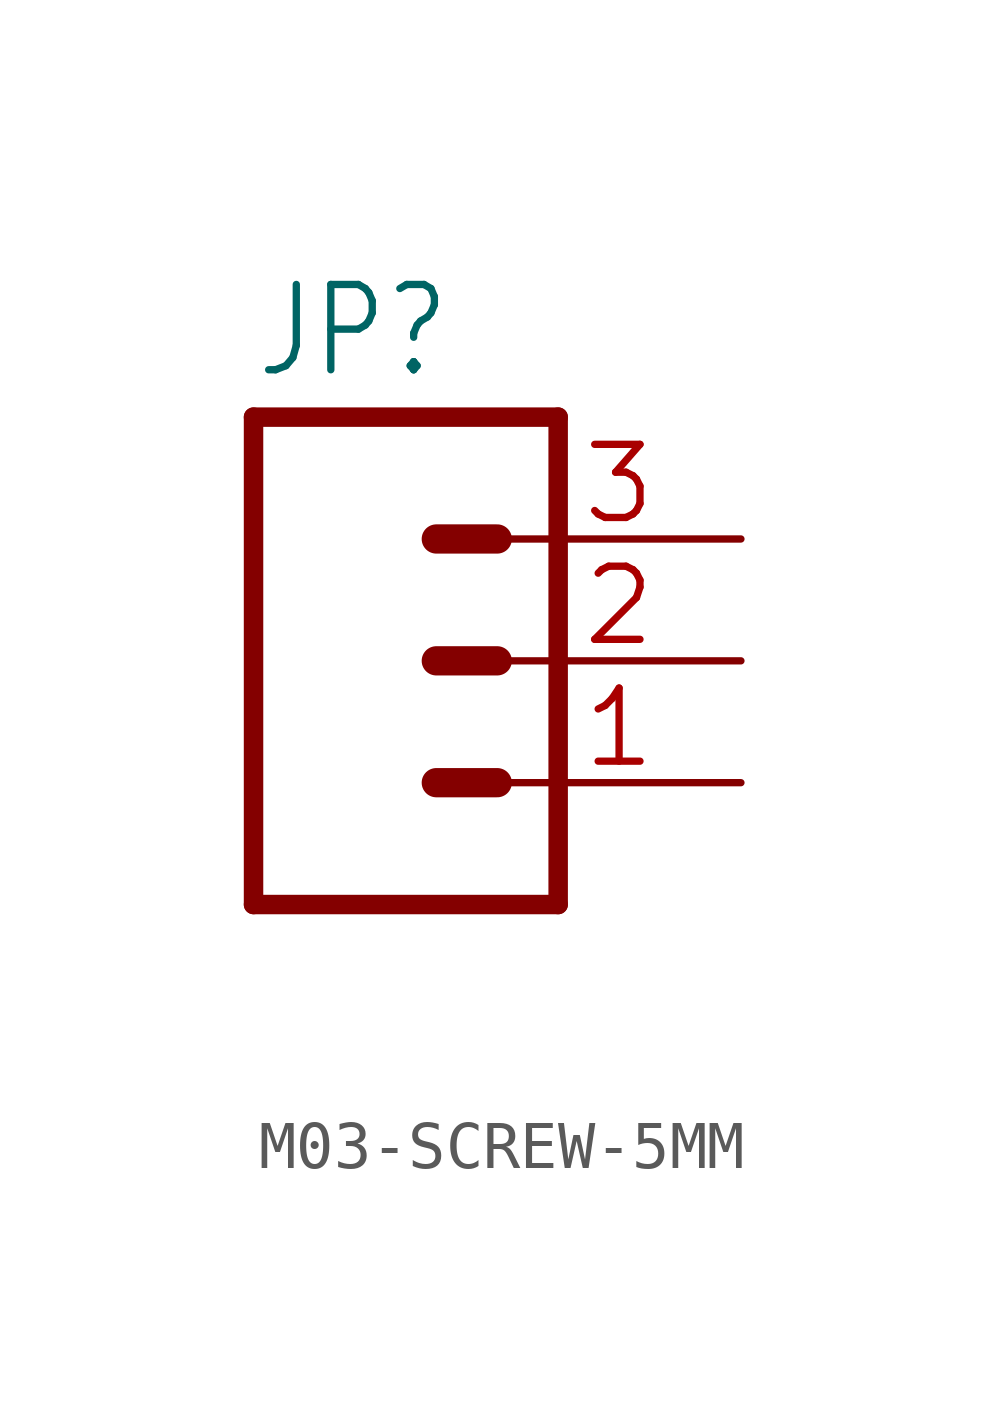
<source format=kicad_sym>
(kicad_symbol_lib
  (version 20241209)
  (generator "kicad_symbol_editor")
  (generator_version "9.0")
  (symbol "M03-SCREW-5MM"
    (property "Reference" "JP"
      (at -2.54 5.842 0)
      (effects (font (size 1.778 1.511)) (justify left bottom)))
    (property "Value" ""
      (at -2.54 -7.62 0)
      (effects (font (size 1.778 1.511)) (justify left bottom)))
    (property "ki_locked" ""
      (at 0 0 0)
      (effects (font (size 1.27 1.27))))
    (symbol "M03-SCREW-5MM_1_0"
      (polyline (pts (xy -2.54 5.08) (xy -2.54 -5.08)) (stroke (width 0.406) (type solid)) (fill (type none)))
      (polyline (pts (xy -2.54 5.08) (xy 3.81 5.08)) (stroke (width 0.406) (type solid)) (fill (type none)))
      (polyline (pts (xy 1.27 2.54) (xy 2.54 2.54)) (stroke (width 0.61) (type solid)) (fill (type none)))
      (polyline (pts (xy 1.27 0) (xy 2.54 0)) (stroke (width 0.61) (type solid)) (fill (type none)))
      (polyline (pts (xy 1.27 -2.54) (xy 2.54 -2.54)) (stroke (width 0.61) (type solid)) (fill (type none)))
      (polyline (pts (xy 3.81 -5.08) (xy -2.54 -5.08)) (stroke (width 0.406) (type solid)) (fill (type none)))
      (polyline (pts (xy 3.81 -5.08) (xy 3.81 5.08)) (stroke (width 0.406) (type solid)) (fill (type none)))
      (pin passive line (at 7.62 2.54 180) (length 5.08) (name "3" (effects (font (size 0 0)))) (number "3" (effects (font (size 1.524 1.524)))))
      (pin passive line (at 7.62 0 180) (length 5.08) (name "2" (effects (font (size 0 0)))) (number "2" (effects (font (size 1.524 1.524)))))
      (pin passive line (at 7.62 -2.54 180) (length 5.08) (name "1" (effects (font (size 0 0)))) (number "1" (effects (font (size 1.524 1.524))))))))
</source>
